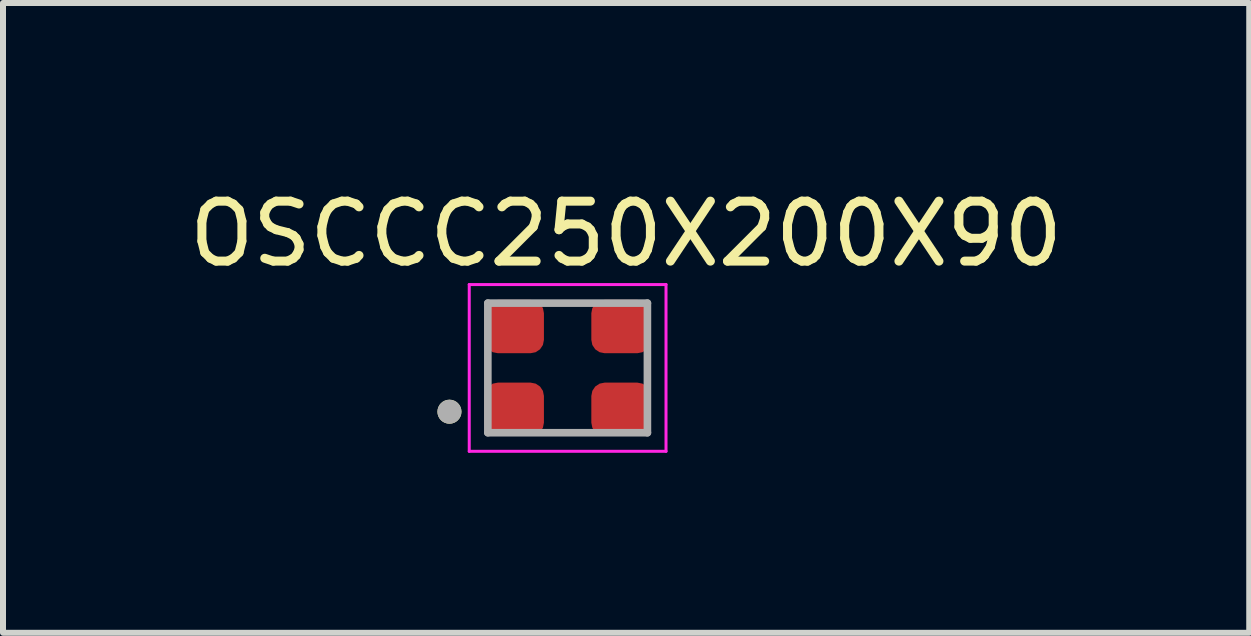
<source format=kicad_pcb>
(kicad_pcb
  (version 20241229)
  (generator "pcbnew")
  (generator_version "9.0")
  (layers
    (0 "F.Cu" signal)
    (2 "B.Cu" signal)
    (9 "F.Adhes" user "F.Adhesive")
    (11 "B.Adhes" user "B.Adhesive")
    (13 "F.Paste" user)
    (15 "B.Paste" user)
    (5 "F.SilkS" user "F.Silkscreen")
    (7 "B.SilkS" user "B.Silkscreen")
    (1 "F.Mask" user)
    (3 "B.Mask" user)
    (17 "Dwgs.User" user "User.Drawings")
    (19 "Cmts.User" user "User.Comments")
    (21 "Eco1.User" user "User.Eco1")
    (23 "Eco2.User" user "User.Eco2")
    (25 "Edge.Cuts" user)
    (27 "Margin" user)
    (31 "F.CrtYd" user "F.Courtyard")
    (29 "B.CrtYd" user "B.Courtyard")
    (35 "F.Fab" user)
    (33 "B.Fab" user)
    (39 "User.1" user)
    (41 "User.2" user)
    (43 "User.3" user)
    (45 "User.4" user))
  (footprint "OSCCC250X200X90"
    (layer "F.Cu")
    (at 6.412 3.083)
    (property "Reference" "OSCCC250X200X90" (at 0.975 -2.235 0) (layer "F.SilkS") (effects (font (size 1 1) (thickness 0.15))))
    (attr smd)
    (fp_circle (center -1.97 0.73) (end -1.87 0.73) (stroke (width 0.2) (type solid)) (fill no) (layer "F.SilkS"))
    (fp_line (start -1.64 -1.39) (end 1.64 -1.39) (stroke (width 0.05) (type solid)) (layer "F.CrtYd"))
    (fp_line (start -1.64 1.39) (end -1.64 -1.39) (stroke (width 0.05) (type solid)) (layer "F.CrtYd"))
    (fp_line (start 1.64 -1.39) (end 1.64 1.39) (stroke (width 0.05) (type solid)) (layer "F.CrtYd"))
    (fp_line (start 1.64 1.39) (end -1.64 1.39) (stroke (width 0.05) (type solid)) (layer "F.CrtYd"))
    (fp_line (start -1.33 -1.08) (end -1.33 1.08) (stroke (width 0.127) (type solid)) (layer "F.Fab"))
    (fp_line (start -1.33 1.08) (end 1.33 1.08) (stroke (width 0.127) (type solid)) (layer "F.Fab"))
    (fp_line (start 1.33 -1.08) (end -1.33 -1.08) (stroke (width 0.127) (type solid)) (layer "F.Fab"))
    (fp_line (start 1.33 1.08) (end 1.33 -1.08) (stroke (width 0.127) (type solid)) (layer "F.Fab"))
    (fp_circle (center -1.97 0.73) (end -1.87 0.73) (stroke (width 0.2) (type solid)) (fill no) (layer "F.Fab"))
    (pad "1" smd roundrect (at -0.89 0.69) (size 0.99 0.89) (layers "F.Cu" "F.Mask" "F.Paste") (roundrect_rratio 0.25))
    (pad "2" smd roundrect (at 0.89 0.69) (size 0.99 0.89) (layers "F.Cu" "F.Mask" "F.Paste") (roundrect_rratio 0.25))
    (pad "3" smd roundrect (at 0.89 -0.69) (size 0.99 0.89) (layers "F.Cu" "F.Mask" "F.Paste") (roundrect_rratio 0.25))
    (pad "4" smd roundrect (at -0.89 -0.69) (size 0.99 0.89) (layers "F.Cu" "F.Mask" "F.Paste") (roundrect_rratio 0.25)))
  (gr_rect
    (start -3 -3)
    (end 17.774 7.498)
    (stroke (width 0.1) (type default))
    (fill no)
    (layer "Edge.Cuts")))
</source>
